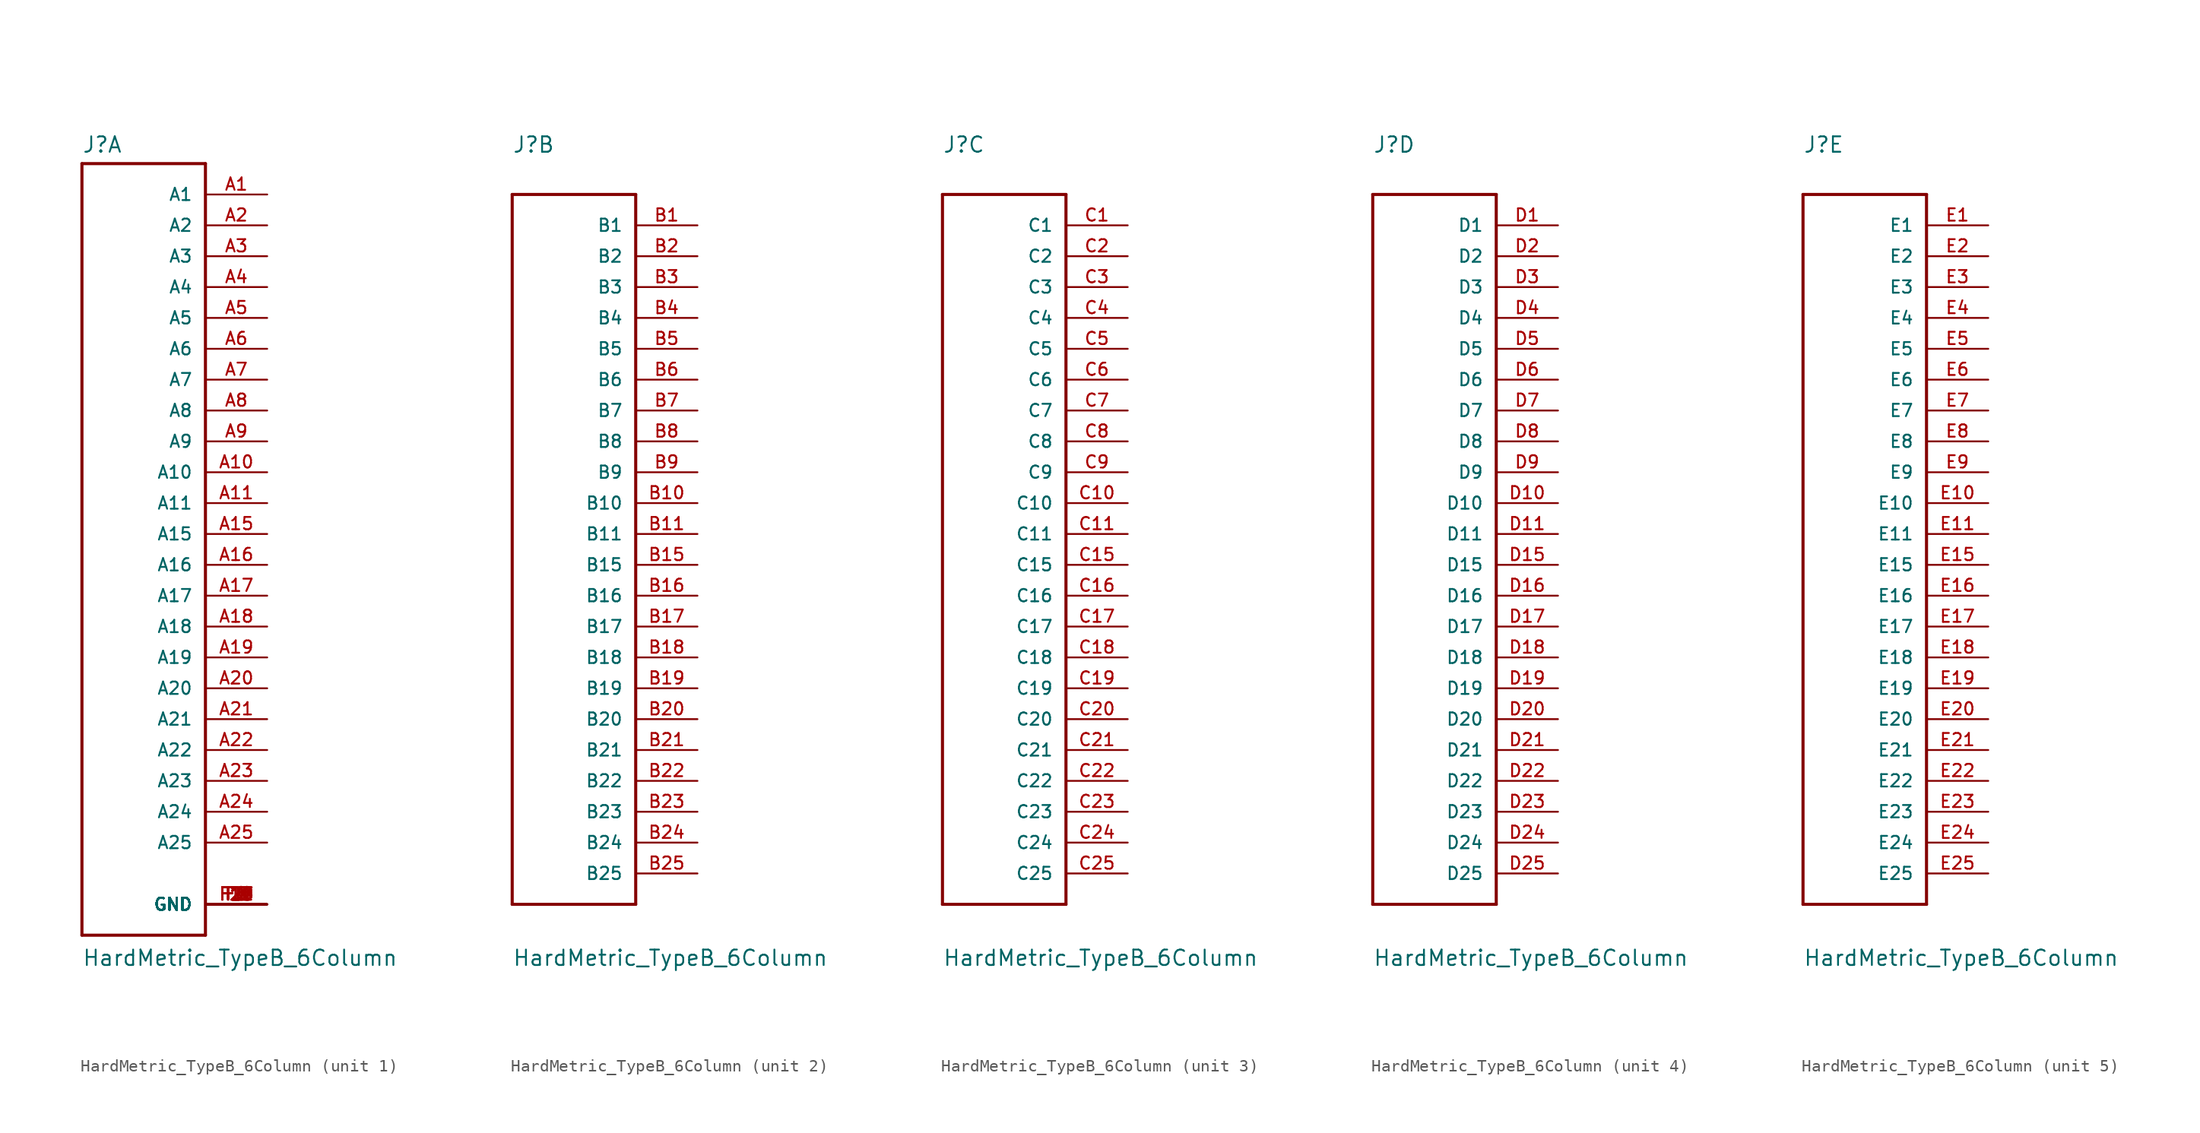
<source format=kicad_sym>
(kicad_symbol_lib
  (version 20211014)
  (generator kicad_symbol_editor)
  (symbol "HardMetric_TypeB_6Column"
    (pin_names
      (offset 1.016))
    (property "Reference" "J"
      (at -5.08 31.293 0)
      (effects (font (size 1.27 1.27)) (justify left bottom)))
    (property "Value" "HardMetric_TypeB_6Column"
      (at -5.08 -35.636 0)
      (effects (font (size 1.27 1.27)) (justify left bottom)))
    (property "ki_locked" ""
      (at 0 0 0)
      (effects (font (size 1.27 1.27))))
    (symbol "HardMetric_TypeB_6Column_1_0"
      (polyline (pts (xy -5.08 -33.02) (xy 5.08 -33.02)) (stroke (width 0.254) (type default) (color 0 0 0 0)) (fill (type none)))
      (polyline (pts (xy -5.08 30.48) (xy -5.08 -33.02)) (stroke (width 0.254) (type default) (color 0 0 0 0)) (fill (type none)))
      (polyline (pts (xy 5.08 -33.02) (xy 5.08 30.48)) (stroke (width 0.254) (type default) (color 0 0 0 0)) (fill (type none)))
      (polyline (pts (xy 5.08 30.48) (xy -5.08 30.48)) (stroke (width 0.254) (type default) (color 0 0 0 0)) (fill (type none)))
      (pin passive line (at 10.16 27.94 180) (length 5.08) (name "A1" (effects (font (size 1.016 1.016)))) (number "A1" (effects (font (size 1.016 1.016)))))
      (pin passive line (at 10.16 5.08 180) (length 5.08) (name "A10" (effects (font (size 1.016 1.016)))) (number "A10" (effects (font (size 1.016 1.016)))))
      (pin passive line (at 10.16 2.54 180) (length 5.08) (name "A11" (effects (font (size 1.016 1.016)))) (number "A11" (effects (font (size 1.016 1.016)))))
      (pin passive line (at 10.16 0 180) (length 5.08) (name "A15" (effects (font (size 1.016 1.016)))) (number "A15" (effects (font (size 1.016 1.016)))))
      (pin passive line (at 10.16 -2.54 180) (length 5.08) (name "A16" (effects (font (size 1.016 1.016)))) (number "A16" (effects (font (size 1.016 1.016)))))
      (pin passive line (at 10.16 -5.08 180) (length 5.08) (name "A17" (effects (font (size 1.016 1.016)))) (number "A17" (effects (font (size 1.016 1.016)))))
      (pin passive line (at 10.16 -7.62 180) (length 5.08) (name "A18" (effects (font (size 1.016 1.016)))) (number "A18" (effects (font (size 1.016 1.016)))))
      (pin passive line (at 10.16 -10.16 180) (length 5.08) (name "A19" (effects (font (size 1.016 1.016)))) (number "A19" (effects (font (size 1.016 1.016)))))
      (pin passive line (at 10.16 25.4 180) (length 5.08) (name "A2" (effects (font (size 1.016 1.016)))) (number "A2" (effects (font (size 1.016 1.016)))))
      (pin passive line (at 10.16 -12.7 180) (length 5.08) (name "A20" (effects (font (size 1.016 1.016)))) (number "A20" (effects (font (size 1.016 1.016)))))
      (pin passive line (at 10.16 -15.24 180) (length 5.08) (name "A21" (effects (font (size 1.016 1.016)))) (number "A21" (effects (font (size 1.016 1.016)))))
      (pin passive line (at 10.16 -17.78 180) (length 5.08) (name "A22" (effects (font (size 1.016 1.016)))) (number "A22" (effects (font (size 1.016 1.016)))))
      (pin passive line (at 10.16 -20.32 180) (length 5.08) (name "A23" (effects (font (size 1.016 1.016)))) (number "A23" (effects (font (size 1.016 1.016)))))
      (pin passive line (at 10.16 -22.86 180) (length 5.08) (name "A24" (effects (font (size 1.016 1.016)))) (number "A24" (effects (font (size 1.016 1.016)))))
      (pin passive line (at 10.16 -25.4 180) (length 5.08) (name "A25" (effects (font (size 1.016 1.016)))) (number "A25" (effects (font (size 1.016 1.016)))))
      (pin passive line (at 10.16 22.86 180) (length 5.08) (name "A3" (effects (font (size 1.016 1.016)))) (number "A3" (effects (font (size 1.016 1.016)))))
      (pin passive line (at 10.16 20.32 180) (length 5.08) (name "A4" (effects (font (size 1.016 1.016)))) (number "A4" (effects (font (size 1.016 1.016)))))
      (pin passive line (at 10.16 17.78 180) (length 5.08) (name "A5" (effects (font (size 1.016 1.016)))) (number "A5" (effects (font (size 1.016 1.016)))))
      (pin passive line (at 10.16 15.24 180) (length 5.08) (name "A6" (effects (font (size 1.016 1.016)))) (number "A6" (effects (font (size 1.016 1.016)))))
      (pin passive line (at 10.16 12.7 180) (length 5.08) (name "A7" (effects (font (size 1.016 1.016)))) (number "A7" (effects (font (size 1.016 1.016)))))
      (pin passive line (at 10.16 10.16 180) (length 5.08) (name "A8" (effects (font (size 1.016 1.016)))) (number "A8" (effects (font (size 1.016 1.016)))))
      (pin passive line (at 10.16 7.62 180) (length 5.08) (name "A9" (effects (font (size 1.016 1.016)))) (number "A9" (effects (font (size 1.016 1.016)))))
      (pin passive line (at 10.16 -30.48 180) (length 5.08) (name "GND" (effects (font (size 1.016 1.016)))) (number "F1" (effects (font (size 1.016 1.016)))))
      (pin passive line (at 10.16 -30.48 180) (length 5.08) (name "GND" (effects (font (size 1.016 1.016)))) (number "F10" (effects (font (size 1.016 1.016)))))
      (pin passive line (at 10.16 -30.48 180) (length 5.08) (name "GND" (effects (font (size 1.016 1.016)))) (number "F11" (effects (font (size 1.016 1.016)))))
      (pin passive line (at 10.16 -30.48 180) (length 5.08) (name "GND" (effects (font (size 1.016 1.016)))) (number "F15" (effects (font (size 1.016 1.016)))))
      (pin passive line (at 10.16 -30.48 180) (length 5.08) (name "GND" (effects (font (size 1.016 1.016)))) (number "F16" (effects (font (size 1.016 1.016)))))
      (pin passive line (at 10.16 -30.48 180) (length 5.08) (name "GND" (effects (font (size 1.016 1.016)))) (number "F17" (effects (font (size 1.016 1.016)))))
      (pin passive line (at 10.16 -30.48 180) (length 5.08) (name "GND" (effects (font (size 1.016 1.016)))) (number "F18" (effects (font (size 1.016 1.016)))))
      (pin passive line (at 10.16 -30.48 180) (length 5.08) (name "GND" (effects (font (size 1.016 1.016)))) (number "F19" (effects (font (size 1.016 1.016)))))
      (pin passive line (at 10.16 -30.48 180) (length 5.08) (name "GND" (effects (font (size 1.016 1.016)))) (number "F2" (effects (font (size 1.016 1.016)))))
      (pin passive line (at 10.16 -30.48 180) (length 5.08) (name "GND" (effects (font (size 1.016 1.016)))) (number "F20" (effects (font (size 1.016 1.016)))))
      (pin passive line (at 10.16 -30.48 180) (length 5.08) (name "GND" (effects (font (size 1.016 1.016)))) (number "F21" (effects (font (size 1.016 1.016)))))
      (pin passive line (at 10.16 -30.48 180) (length 5.08) (name "GND" (effects (font (size 1.016 1.016)))) (number "F22" (effects (font (size 1.016 1.016)))))
      (pin passive line (at 10.16 -30.48 180) (length 5.08) (name "GND" (effects (font (size 1.016 1.016)))) (number "F23" (effects (font (size 1.016 1.016)))))
      (pin passive line (at 10.16 -30.48 180) (length 5.08) (name "GND" (effects (font (size 1.016 1.016)))) (number "F24" (effects (font (size 1.016 1.016)))))
      (pin passive line (at 10.16 -30.48 180) (length 5.08) (name "GND" (effects (font (size 1.016 1.016)))) (number "F25" (effects (font (size 1.016 1.016)))))
      (pin passive line (at 10.16 -30.48 180) (length 5.08) (name "GND" (effects (font (size 1.016 1.016)))) (number "F3" (effects (font (size 1.016 1.016)))))
      (pin passive line (at 10.16 -30.48 180) (length 5.08) (name "GND" (effects (font (size 1.016 1.016)))) (number "F4" (effects (font (size 1.016 1.016)))))
      (pin passive line (at 10.16 -30.48 180) (length 5.08) (name "GND" (effects (font (size 1.016 1.016)))) (number "F5" (effects (font (size 1.016 1.016)))))
      (pin passive line (at 10.16 -30.48 180) (length 5.08) (name "GND" (effects (font (size 1.016 1.016)))) (number "F6" (effects (font (size 1.016 1.016)))))
      (pin passive line (at 10.16 -30.48 180) (length 5.08) (name "GND" (effects (font (size 1.016 1.016)))) (number "F7" (effects (font (size 1.016 1.016)))))
      (pin passive line (at 10.16 -30.48 180) (length 5.08) (name "GND" (effects (font (size 1.016 1.016)))) (number "F8" (effects (font (size 1.016 1.016)))))
      (pin passive line (at 10.16 -30.48 180) (length 5.08) (name "GND" (effects (font (size 1.016 1.016)))) (number "F9" (effects (font (size 1.016 1.016))))))
    (symbol "HardMetric_TypeB_6Column_2_0"
      (polyline (pts (xy -5.08 -30.48) (xy 5.08 -30.48)) (stroke (width 0.254) (type default) (color 0 0 0 0)) (fill (type none)))
      (polyline (pts (xy -5.08 27.94) (xy -5.08 -30.48)) (stroke (width 0.254) (type default) (color 0 0 0 0)) (fill (type none)))
      (polyline (pts (xy 5.08 -30.48) (xy 5.08 27.94)) (stroke (width 0.254) (type default) (color 0 0 0 0)) (fill (type none)))
      (polyline (pts (xy 5.08 27.94) (xy -5.08 27.94)) (stroke (width 0.254) (type default) (color 0 0 0 0)) (fill (type none)))
      (pin passive line (at 10.16 25.4 180) (length 5.08) (name "B1" (effects (font (size 1.016 1.016)))) (number "B1" (effects (font (size 1.016 1.016)))))
      (pin passive line (at 10.16 2.54 180) (length 5.08) (name "B10" (effects (font (size 1.016 1.016)))) (number "B10" (effects (font (size 1.016 1.016)))))
      (pin passive line (at 10.16 0 180) (length 5.08) (name "B11" (effects (font (size 1.016 1.016)))) (number "B11" (effects (font (size 1.016 1.016)))))
      (pin passive line (at 10.16 -2.54 180) (length 5.08) (name "B15" (effects (font (size 1.016 1.016)))) (number "B15" (effects (font (size 1.016 1.016)))))
      (pin passive line (at 10.16 -5.08 180) (length 5.08) (name "B16" (effects (font (size 1.016 1.016)))) (number "B16" (effects (font (size 1.016 1.016)))))
      (pin passive line (at 10.16 -7.62 180) (length 5.08) (name "B17" (effects (font (size 1.016 1.016)))) (number "B17" (effects (font (size 1.016 1.016)))))
      (pin passive line (at 10.16 -10.16 180) (length 5.08) (name "B18" (effects (font (size 1.016 1.016)))) (number "B18" (effects (font (size 1.016 1.016)))))
      (pin passive line (at 10.16 -12.7 180) (length 5.08) (name "B19" (effects (font (size 1.016 1.016)))) (number "B19" (effects (font (size 1.016 1.016)))))
      (pin passive line (at 10.16 22.86 180) (length 5.08) (name "B2" (effects (font (size 1.016 1.016)))) (number "B2" (effects (font (size 1.016 1.016)))))
      (pin passive line (at 10.16 -15.24 180) (length 5.08) (name "B20" (effects (font (size 1.016 1.016)))) (number "B20" (effects (font (size 1.016 1.016)))))
      (pin passive line (at 10.16 -17.78 180) (length 5.08) (name "B21" (effects (font (size 1.016 1.016)))) (number "B21" (effects (font (size 1.016 1.016)))))
      (pin passive line (at 10.16 -20.32 180) (length 5.08) (name "B22" (effects (font (size 1.016 1.016)))) (number "B22" (effects (font (size 1.016 1.016)))))
      (pin passive line (at 10.16 -22.86 180) (length 5.08) (name "B23" (effects (font (size 1.016 1.016)))) (number "B23" (effects (font (size 1.016 1.016)))))
      (pin passive line (at 10.16 -25.4 180) (length 5.08) (name "B24" (effects (font (size 1.016 1.016)))) (number "B24" (effects (font (size 1.016 1.016)))))
      (pin passive line (at 10.16 -27.94 180) (length 5.08) (name "B25" (effects (font (size 1.016 1.016)))) (number "B25" (effects (font (size 1.016 1.016)))))
      (pin passive line (at 10.16 20.32 180) (length 5.08) (name "B3" (effects (font (size 1.016 1.016)))) (number "B3" (effects (font (size 1.016 1.016)))))
      (pin passive line (at 10.16 17.78 180) (length 5.08) (name "B4" (effects (font (size 1.016 1.016)))) (number "B4" (effects (font (size 1.016 1.016)))))
      (pin passive line (at 10.16 15.24 180) (length 5.08) (name "B5" (effects (font (size 1.016 1.016)))) (number "B5" (effects (font (size 1.016 1.016)))))
      (pin passive line (at 10.16 12.7 180) (length 5.08) (name "B6" (effects (font (size 1.016 1.016)))) (number "B6" (effects (font (size 1.016 1.016)))))
      (pin passive line (at 10.16 10.16 180) (length 5.08) (name "B7" (effects (font (size 1.016 1.016)))) (number "B7" (effects (font (size 1.016 1.016)))))
      (pin passive line (at 10.16 7.62 180) (length 5.08) (name "B8" (effects (font (size 1.016 1.016)))) (number "B8" (effects (font (size 1.016 1.016)))))
      (pin passive line (at 10.16 5.08 180) (length 5.08) (name "B9" (effects (font (size 1.016 1.016)))) (number "B9" (effects (font (size 1.016 1.016))))))
    (symbol "HardMetric_TypeB_6Column_3_0"
      (polyline (pts (xy -5.08 -30.48) (xy 5.08 -30.48)) (stroke (width 0.254) (type default) (color 0 0 0 0)) (fill (type none)))
      (polyline (pts (xy -5.08 27.94) (xy -5.08 -30.48)) (stroke (width 0.254) (type default) (color 0 0 0 0)) (fill (type none)))
      (polyline (pts (xy 5.08 -30.48) (xy 5.08 27.94)) (stroke (width 0.254) (type default) (color 0 0 0 0)) (fill (type none)))
      (polyline (pts (xy 5.08 27.94) (xy -5.08 27.94)) (stroke (width 0.254) (type default) (color 0 0 0 0)) (fill (type none)))
      (pin passive line (at 10.16 25.4 180) (length 5.08) (name "C1" (effects (font (size 1.016 1.016)))) (number "C1" (effects (font (size 1.016 1.016)))))
      (pin passive line (at 10.16 2.54 180) (length 5.08) (name "C10" (effects (font (size 1.016 1.016)))) (number "C10" (effects (font (size 1.016 1.016)))))
      (pin passive line (at 10.16 0 180) (length 5.08) (name "C11" (effects (font (size 1.016 1.016)))) (number "C11" (effects (font (size 1.016 1.016)))))
      (pin passive line (at 10.16 -2.54 180) (length 5.08) (name "C15" (effects (font (size 1.016 1.016)))) (number "C15" (effects (font (size 1.016 1.016)))))
      (pin passive line (at 10.16 -5.08 180) (length 5.08) (name "C16" (effects (font (size 1.016 1.016)))) (number "C16" (effects (font (size 1.016 1.016)))))
      (pin passive line (at 10.16 -7.62 180) (length 5.08) (name "C17" (effects (font (size 1.016 1.016)))) (number "C17" (effects (font (size 1.016 1.016)))))
      (pin passive line (at 10.16 -10.16 180) (length 5.08) (name "C18" (effects (font (size 1.016 1.016)))) (number "C18" (effects (font (size 1.016 1.016)))))
      (pin passive line (at 10.16 -12.7 180) (length 5.08) (name "C19" (effects (font (size 1.016 1.016)))) (number "C19" (effects (font (size 1.016 1.016)))))
      (pin passive line (at 10.16 22.86 180) (length 5.08) (name "C2" (effects (font (size 1.016 1.016)))) (number "C2" (effects (font (size 1.016 1.016)))))
      (pin passive line (at 10.16 -15.24 180) (length 5.08) (name "C20" (effects (font (size 1.016 1.016)))) (number "C20" (effects (font (size 1.016 1.016)))))
      (pin passive line (at 10.16 -17.78 180) (length 5.08) (name "C21" (effects (font (size 1.016 1.016)))) (number "C21" (effects (font (size 1.016 1.016)))))
      (pin passive line (at 10.16 -20.32 180) (length 5.08) (name "C22" (effects (font (size 1.016 1.016)))) (number "C22" (effects (font (size 1.016 1.016)))))
      (pin passive line (at 10.16 -22.86 180) (length 5.08) (name "C23" (effects (font (size 1.016 1.016)))) (number "C23" (effects (font (size 1.016 1.016)))))
      (pin passive line (at 10.16 -25.4 180) (length 5.08) (name "C24" (effects (font (size 1.016 1.016)))) (number "C24" (effects (font (size 1.016 1.016)))))
      (pin passive line (at 10.16 -27.94 180) (length 5.08) (name "C25" (effects (font (size 1.016 1.016)))) (number "C25" (effects (font (size 1.016 1.016)))))
      (pin passive line (at 10.16 20.32 180) (length 5.08) (name "C3" (effects (font (size 1.016 1.016)))) (number "C3" (effects (font (size 1.016 1.016)))))
      (pin passive line (at 10.16 17.78 180) (length 5.08) (name "C4" (effects (font (size 1.016 1.016)))) (number "C4" (effects (font (size 1.016 1.016)))))
      (pin passive line (at 10.16 15.24 180) (length 5.08) (name "C5" (effects (font (size 1.016 1.016)))) (number "C5" (effects (font (size 1.016 1.016)))))
      (pin passive line (at 10.16 12.7 180) (length 5.08) (name "C6" (effects (font (size 1.016 1.016)))) (number "C6" (effects (font (size 1.016 1.016)))))
      (pin passive line (at 10.16 10.16 180) (length 5.08) (name "C7" (effects (font (size 1.016 1.016)))) (number "C7" (effects (font (size 1.016 1.016)))))
      (pin passive line (at 10.16 7.62 180) (length 5.08) (name "C8" (effects (font (size 1.016 1.016)))) (number "C8" (effects (font (size 1.016 1.016)))))
      (pin passive line (at 10.16 5.08 180) (length 5.08) (name "C9" (effects (font (size 1.016 1.016)))) (number "C9" (effects (font (size 1.016 1.016))))))
    (symbol "HardMetric_TypeB_6Column_4_0"
      (polyline (pts (xy -5.08 -30.48) (xy 5.08 -30.48)) (stroke (width 0.254) (type default) (color 0 0 0 0)) (fill (type none)))
      (polyline (pts (xy -5.08 27.94) (xy -5.08 -30.48)) (stroke (width 0.254) (type default) (color 0 0 0 0)) (fill (type none)))
      (polyline (pts (xy 5.08 -30.48) (xy 5.08 27.94)) (stroke (width 0.254) (type default) (color 0 0 0 0)) (fill (type none)))
      (polyline (pts (xy 5.08 27.94) (xy -5.08 27.94)) (stroke (width 0.254) (type default) (color 0 0 0 0)) (fill (type none)))
      (pin passive line (at 10.16 25.4 180) (length 5.08) (name "D1" (effects (font (size 1.016 1.016)))) (number "D1" (effects (font (size 1.016 1.016)))))
      (pin passive line (at 10.16 2.54 180) (length 5.08) (name "D10" (effects (font (size 1.016 1.016)))) (number "D10" (effects (font (size 1.016 1.016)))))
      (pin passive line (at 10.16 0 180) (length 5.08) (name "D11" (effects (font (size 1.016 1.016)))) (number "D11" (effects (font (size 1.016 1.016)))))
      (pin passive line (at 10.16 -2.54 180) (length 5.08) (name "D15" (effects (font (size 1.016 1.016)))) (number "D15" (effects (font (size 1.016 1.016)))))
      (pin passive line (at 10.16 -5.08 180) (length 5.08) (name "D16" (effects (font (size 1.016 1.016)))) (number "D16" (effects (font (size 1.016 1.016)))))
      (pin passive line (at 10.16 -7.62 180) (length 5.08) (name "D17" (effects (font (size 1.016 1.016)))) (number "D17" (effects (font (size 1.016 1.016)))))
      (pin passive line (at 10.16 -10.16 180) (length 5.08) (name "D18" (effects (font (size 1.016 1.016)))) (number "D18" (effects (font (size 1.016 1.016)))))
      (pin passive line (at 10.16 -12.7 180) (length 5.08) (name "D19" (effects (font (size 1.016 1.016)))) (number "D19" (effects (font (size 1.016 1.016)))))
      (pin passive line (at 10.16 22.86 180) (length 5.08) (name "D2" (effects (font (size 1.016 1.016)))) (number "D2" (effects (font (size 1.016 1.016)))))
      (pin passive line (at 10.16 -15.24 180) (length 5.08) (name "D20" (effects (font (size 1.016 1.016)))) (number "D20" (effects (font (size 1.016 1.016)))))
      (pin passive line (at 10.16 -17.78 180) (length 5.08) (name "D21" (effects (font (size 1.016 1.016)))) (number "D21" (effects (font (size 1.016 1.016)))))
      (pin passive line (at 10.16 -20.32 180) (length 5.08) (name "D22" (effects (font (size 1.016 1.016)))) (number "D22" (effects (font (size 1.016 1.016)))))
      (pin passive line (at 10.16 -22.86 180) (length 5.08) (name "D23" (effects (font (size 1.016 1.016)))) (number "D23" (effects (font (size 1.016 1.016)))))
      (pin passive line (at 10.16 -25.4 180) (length 5.08) (name "D24" (effects (font (size 1.016 1.016)))) (number "D24" (effects (font (size 1.016 1.016)))))
      (pin passive line (at 10.16 -27.94 180) (length 5.08) (name "D25" (effects (font (size 1.016 1.016)))) (number "D25" (effects (font (size 1.016 1.016)))))
      (pin passive line (at 10.16 20.32 180) (length 5.08) (name "D3" (effects (font (size 1.016 1.016)))) (number "D3" (effects (font (size 1.016 1.016)))))
      (pin passive line (at 10.16 17.78 180) (length 5.08) (name "D4" (effects (font (size 1.016 1.016)))) (number "D4" (effects (font (size 1.016 1.016)))))
      (pin passive line (at 10.16 15.24 180) (length 5.08) (name "D5" (effects (font (size 1.016 1.016)))) (number "D5" (effects (font (size 1.016 1.016)))))
      (pin passive line (at 10.16 12.7 180) (length 5.08) (name "D6" (effects (font (size 1.016 1.016)))) (number "D6" (effects (font (size 1.016 1.016)))))
      (pin passive line (at 10.16 10.16 180) (length 5.08) (name "D7" (effects (font (size 1.016 1.016)))) (number "D7" (effects (font (size 1.016 1.016)))))
      (pin passive line (at 10.16 7.62 180) (length 5.08) (name "D8" (effects (font (size 1.016 1.016)))) (number "D8" (effects (font (size 1.016 1.016)))))
      (pin passive line (at 10.16 5.08 180) (length 5.08) (name "D9" (effects (font (size 1.016 1.016)))) (number "D9" (effects (font (size 1.016 1.016))))))
    (symbol "HardMetric_TypeB_6Column_5_0"
      (polyline (pts (xy -5.08 -30.48) (xy 5.08 -30.48)) (stroke (width 0.254) (type default) (color 0 0 0 0)) (fill (type none)))
      (polyline (pts (xy -5.08 27.94) (xy -5.08 -30.48)) (stroke (width 0.254) (type default) (color 0 0 0 0)) (fill (type none)))
      (polyline (pts (xy 5.08 -30.48) (xy 5.08 27.94)) (stroke (width 0.254) (type default) (color 0 0 0 0)) (fill (type none)))
      (polyline (pts (xy 5.08 27.94) (xy -5.08 27.94)) (stroke (width 0.254) (type default) (color 0 0 0 0)) (fill (type none)))
      (pin passive line (at 10.16 25.4 180) (length 5.08) (name "E1" (effects (font (size 1.016 1.016)))) (number "E1" (effects (font (size 1.016 1.016)))))
      (pin passive line (at 10.16 2.54 180) (length 5.08) (name "E10" (effects (font (size 1.016 1.016)))) (number "E10" (effects (font (size 1.016 1.016)))))
      (pin passive line (at 10.16 0 180) (length 5.08) (name "E11" (effects (font (size 1.016 1.016)))) (number "E11" (effects (font (size 1.016 1.016)))))
      (pin passive line (at 10.16 -2.54 180) (length 5.08) (name "E15" (effects (font (size 1.016 1.016)))) (number "E15" (effects (font (size 1.016 1.016)))))
      (pin passive line (at 10.16 -5.08 180) (length 5.08) (name "E16" (effects (font (size 1.016 1.016)))) (number "E16" (effects (font (size 1.016 1.016)))))
      (pin passive line (at 10.16 -7.62 180) (length 5.08) (name "E17" (effects (font (size 1.016 1.016)))) (number "E17" (effects (font (size 1.016 1.016)))))
      (pin passive line (at 10.16 -10.16 180) (length 5.08) (name "E18" (effects (font (size 1.016 1.016)))) (number "E18" (effects (font (size 1.016 1.016)))))
      (pin passive line (at 10.16 -12.7 180) (length 5.08) (name "E19" (effects (font (size 1.016 1.016)))) (number "E19" (effects (font (size 1.016 1.016)))))
      (pin passive line (at 10.16 22.86 180) (length 5.08) (name "E2" (effects (font (size 1.016 1.016)))) (number "E2" (effects (font (size 1.016 1.016)))))
      (pin passive line (at 10.16 -15.24 180) (length 5.08) (name "E20" (effects (font (size 1.016 1.016)))) (number "E20" (effects (font (size 1.016 1.016)))))
      (pin passive line (at 10.16 -17.78 180) (length 5.08) (name "E21" (effects (font (size 1.016 1.016)))) (number "E21" (effects (font (size 1.016 1.016)))))
      (pin passive line (at 10.16 -20.32 180) (length 5.08) (name "E22" (effects (font (size 1.016 1.016)))) (number "E22" (effects (font (size 1.016 1.016)))))
      (pin passive line (at 10.16 -22.86 180) (length 5.08) (name "E23" (effects (font (size 1.016 1.016)))) (number "E23" (effects (font (size 1.016 1.016)))))
      (pin passive line (at 10.16 -25.4 180) (length 5.08) (name "E24" (effects (font (size 1.016 1.016)))) (number "E24" (effects (font (size 1.016 1.016)))))
      (pin passive line (at 10.16 -27.94 180) (length 5.08) (name "E25" (effects (font (size 1.016 1.016)))) (number "E25" (effects (font (size 1.016 1.016)))))
      (pin passive line (at 10.16 20.32 180) (length 5.08) (name "E3" (effects (font (size 1.016 1.016)))) (number "E3" (effects (font (size 1.016 1.016)))))
      (pin passive line (at 10.16 17.78 180) (length 5.08) (name "E4" (effects (font (size 1.016 1.016)))) (number "E4" (effects (font (size 1.016 1.016)))))
      (pin passive line (at 10.16 15.24 180) (length 5.08) (name "E5" (effects (font (size 1.016 1.016)))) (number "E5" (effects (font (size 1.016 1.016)))))
      (pin passive line (at 10.16 12.7 180) (length 5.08) (name "E6" (effects (font (size 1.016 1.016)))) (number "E6" (effects (font (size 1.016 1.016)))))
      (pin passive line (at 10.16 10.16 180) (length 5.08) (name "E7" (effects (font (size 1.016 1.016)))) (number "E7" (effects (font (size 1.016 1.016)))))
      (pin passive line (at 10.16 7.62 180) (length 5.08) (name "E8" (effects (font (size 1.016 1.016)))) (number "E8" (effects (font (size 1.016 1.016)))))
      (pin passive line (at 10.16 5.08 180) (length 5.08) (name "E9" (effects (font (size 1.016 1.016)))) (number "E9" (effects (font (size 1.016 1.016))))))))
</source>
